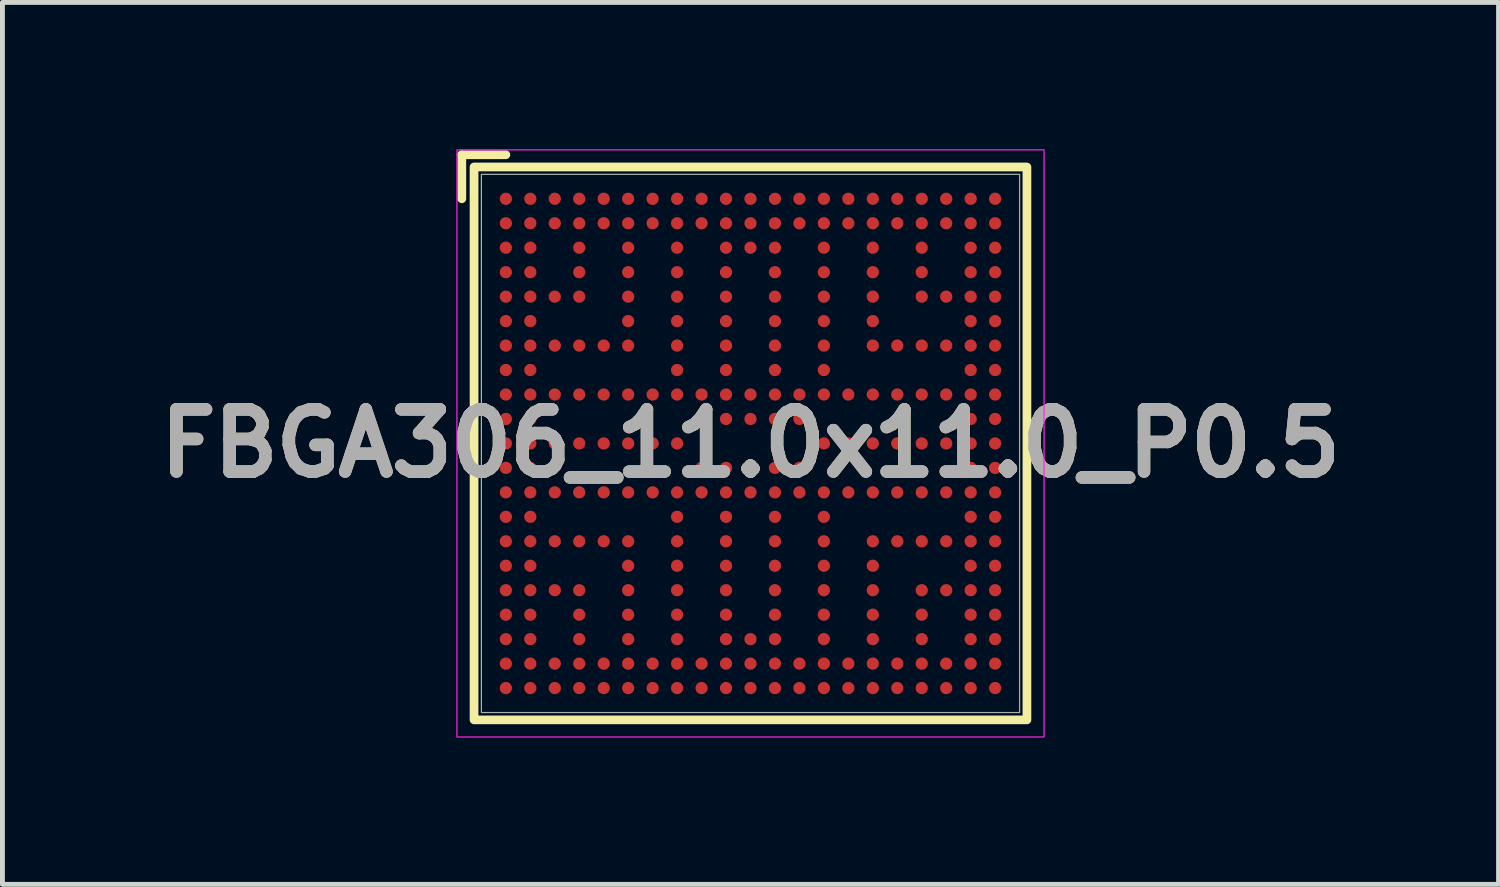
<source format=kicad_pcb>
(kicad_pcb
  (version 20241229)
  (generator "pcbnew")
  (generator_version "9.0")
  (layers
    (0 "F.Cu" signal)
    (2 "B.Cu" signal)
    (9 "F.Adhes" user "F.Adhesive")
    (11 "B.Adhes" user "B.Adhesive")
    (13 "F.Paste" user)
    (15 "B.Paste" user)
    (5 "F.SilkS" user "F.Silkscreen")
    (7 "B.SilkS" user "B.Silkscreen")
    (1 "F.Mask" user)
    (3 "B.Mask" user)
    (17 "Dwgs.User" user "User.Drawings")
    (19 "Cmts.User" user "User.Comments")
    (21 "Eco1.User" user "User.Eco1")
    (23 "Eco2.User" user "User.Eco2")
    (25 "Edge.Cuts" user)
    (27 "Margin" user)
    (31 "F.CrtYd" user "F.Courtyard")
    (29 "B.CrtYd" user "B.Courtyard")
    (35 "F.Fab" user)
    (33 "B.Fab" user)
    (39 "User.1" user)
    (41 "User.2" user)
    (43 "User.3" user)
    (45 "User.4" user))
  (footprint "FBGA306_11.0x11.0_P0.5"
    (layer "F.Cu")
    (at 12.289 6.013)
    (property "Reference" "FBGA306_11.0x11.0_P0.5" (at 0 0 0) (layer "F.SilkS") (effects (font (size 1.27 1.27) (thickness 0.254))))
    (attr smd)
    (fp_line (start -5.9 -5.9) (end -5 -5.9) (stroke (width 0.178) (type solid)) (layer "F.SilkS"))
    (fp_line (start -5.9 -5) (end -5.9 -5.9) (stroke (width 0.178) (type solid)) (layer "F.SilkS"))
    (fp_rect (start -5.65 -5.65) (end 5.65 5.65) (stroke (width 0.178) (type solid)) (fill no) (layer "F.SilkS"))
    (fp_rect (start -6 -6) (end 6 6) (stroke (width 0.025) (type solid)) (fill no) (layer "F.CrtYd"))
    (fp_rect (start -5.5 -5.5) (end 5.5 5.5) (stroke (width 0.025) (type solid)) (fill no) (layer "F.Fab"))
    (fp_text user "${REFERENCE}" (at 0 0 0) (layer "F.Fab") (effects (font (size 1.27 1.27) (thickness 0.254))))
    (pad "A1" smd circle (at -5 -5) (size 0.25 0.25) (layers "F.Cu" "F.Mask" "F.Paste"))
    (pad "A2" smd circle (at -4.5 -5) (size 0.25 0.25) (layers "F.Cu" "F.Mask" "F.Paste"))
    (pad "A3" smd circle (at -4 -5) (size 0.25 0.25) (layers "F.Cu" "F.Mask" "F.Paste"))
    (pad "A4" smd circle (at -3.5 -5) (size 0.25 0.25) (layers "F.Cu" "F.Mask" "F.Paste"))
    (pad "A5" smd circle (at -3 -5) (size 0.25 0.25) (layers "F.Cu" "F.Mask" "F.Paste"))
    (pad "A6" smd circle (at -2.5 -5) (size 0.25 0.25) (layers "F.Cu" "F.Mask" "F.Paste"))
    (pad "A7" smd circle (at -2 -5) (size 0.25 0.25) (layers "F.Cu" "F.Mask" "F.Paste"))
    (pad "A8" smd circle (at -1.5 -5) (size 0.25 0.25) (layers "F.Cu" "F.Mask" "F.Paste"))
    (pad "A9" smd circle (at -1 -5) (size 0.25 0.25) (layers "F.Cu" "F.Mask" "F.Paste"))
    (pad "A10" smd circle (at -0.5 -5) (size 0.25 0.25) (layers "F.Cu" "F.Mask" "F.Paste"))
    (pad "A11" smd circle (at 0 -5) (size 0.25 0.25) (layers "F.Cu" "F.Mask" "F.Paste"))
    (pad "A12" smd circle (at 0.5 -5) (size 0.25 0.25) (layers "F.Cu" "F.Mask" "F.Paste"))
    (pad "A13" smd circle (at 1 -5) (size 0.25 0.25) (layers "F.Cu" "F.Mask" "F.Paste"))
    (pad "A14" smd circle (at 1.5 -5) (size 0.25 0.25) (layers "F.Cu" "F.Mask" "F.Paste"))
    (pad "A15" smd circle (at 2 -5) (size 0.25 0.25) (layers "F.Cu" "F.Mask" "F.Paste"))
    (pad "A16" smd circle (at 2.5 -5) (size 0.25 0.25) (layers "F.Cu" "F.Mask" "F.Paste"))
    (pad "A17" smd circle (at 3 -5) (size 0.25 0.25) (layers "F.Cu" "F.Mask" "F.Paste"))
    (pad "A18" smd circle (at 3.5 -5) (size 0.25 0.25) (layers "F.Cu" "F.Mask" "F.Paste"))
    (pad "A19" smd circle (at 4 -5) (size 0.25 0.25) (layers "F.Cu" "F.Mask" "F.Paste"))
    (pad "A20" smd circle (at 4.5 -5) (size 0.25 0.25) (layers "F.Cu" "F.Mask" "F.Paste"))
    (pad "A21" smd circle (at 5 -5) (size 0.25 0.25) (layers "F.Cu" "F.Mask" "F.Paste"))
    (pad "AA1" smd circle (at -5 5) (size 0.25 0.25) (layers "F.Cu" "F.Mask" "F.Paste"))
    (pad "AA2" smd circle (at -4.5 5) (size 0.25 0.25) (layers "F.Cu" "F.Mask" "F.Paste"))
    (pad "AA3" smd circle (at -4 5) (size 0.25 0.25) (layers "F.Cu" "F.Mask" "F.Paste"))
    (pad "AA4" smd circle (at -3.5 5) (size 0.25 0.25) (layers "F.Cu" "F.Mask" "F.Paste"))
    (pad "AA5" smd circle (at -3 5) (size 0.25 0.25) (layers "F.Cu" "F.Mask" "F.Paste"))
    (pad "AA6" smd circle (at -2.5 5) (size 0.25 0.25) (layers "F.Cu" "F.Mask" "F.Paste"))
    (pad "AA7" smd circle (at -2 5) (size 0.25 0.25) (layers "F.Cu" "F.Mask" "F.Paste"))
    (pad "AA8" smd circle (at -1.5 5) (size 0.25 0.25) (layers "F.Cu" "F.Mask" "F.Paste"))
    (pad "AA9" smd circle (at -1 5) (size 0.25 0.25) (layers "F.Cu" "F.Mask" "F.Paste"))
    (pad "AA10" smd circle (at -0.5 5) (size 0.25 0.25) (layers "F.Cu" "F.Mask" "F.Paste"))
    (pad "AA11" smd circle (at 0 5) (size 0.25 0.25) (layers "F.Cu" "F.Mask" "F.Paste"))
    (pad "AA12" smd circle (at 0.5 5) (size 0.25 0.25) (layers "F.Cu" "F.Mask" "F.Paste"))
    (pad "AA13" smd circle (at 1 5) (size 0.25 0.25) (layers "F.Cu" "F.Mask" "F.Paste"))
    (pad "AA14" smd circle (at 1.5 5) (size 0.25 0.25) (layers "F.Cu" "F.Mask" "F.Paste"))
    (pad "AA15" smd circle (at 2 5) (size 0.25 0.25) (layers "F.Cu" "F.Mask" "F.Paste"))
    (pad "AA16" smd circle (at 2.5 5) (size 0.25 0.25) (layers "F.Cu" "F.Mask" "F.Paste"))
    (pad "AA17" smd circle (at 3 5) (size 0.25 0.25) (layers "F.Cu" "F.Mask" "F.Paste"))
    (pad "AA18" smd circle (at 3.5 5) (size 0.25 0.25) (layers "F.Cu" "F.Mask" "F.Paste"))
    (pad "AA19" smd circle (at 4 5) (size 0.25 0.25) (layers "F.Cu" "F.Mask" "F.Paste"))
    (pad "AA20" smd circle (at 4.5 5) (size 0.25 0.25) (layers "F.Cu" "F.Mask" "F.Paste"))
    (pad "AA21" smd circle (at 5 5) (size 0.25 0.25) (layers "F.Cu" "F.Mask" "F.Paste"))
    (pad "B1" smd circle (at -5 -4.5) (size 0.25 0.25) (layers "F.Cu" "F.Mask" "F.Paste"))
    (pad "B2" smd circle (at -4.5 -4.5) (size 0.25 0.25) (layers "F.Cu" "F.Mask" "F.Paste"))
    (pad "B3" smd circle (at -4 -4.5) (size 0.25 0.25) (layers "F.Cu" "F.Mask" "F.Paste"))
    (pad "B4" smd circle (at -3.5 -4.5) (size 0.25 0.25) (layers "F.Cu" "F.Mask" "F.Paste"))
    (pad "B5" smd circle (at -3 -4.5) (size 0.25 0.25) (layers "F.Cu" "F.Mask" "F.Paste"))
    (pad "B6" smd circle (at -2.5 -4.5) (size 0.25 0.25) (layers "F.Cu" "F.Mask" "F.Paste"))
    (pad "B7" smd circle (at -2 -4.5) (size 0.25 0.25) (layers "F.Cu" "F.Mask" "F.Paste"))
    (pad "B8" smd circle (at -1.5 -4.5) (size 0.25 0.25) (layers "F.Cu" "F.Mask" "F.Paste"))
    (pad "B9" smd circle (at -1 -4.5) (size 0.25 0.25) (layers "F.Cu" "F.Mask" "F.Paste"))
    (pad "B10" smd circle (at -0.5 -4.5) (size 0.25 0.25) (layers "F.Cu" "F.Mask" "F.Paste"))
    (pad "B11" smd circle (at 0 -4.5) (size 0.25 0.25) (layers "F.Cu" "F.Mask" "F.Paste"))
    (pad "B12" smd circle (at 0.5 -4.5) (size 0.25 0.25) (layers "F.Cu" "F.Mask" "F.Paste"))
    (pad "B13" smd circle (at 1 -4.5) (size 0.25 0.25) (layers "F.Cu" "F.Mask" "F.Paste"))
    (pad "B14" smd circle (at 1.5 -4.5) (size 0.25 0.25) (layers "F.Cu" "F.Mask" "F.Paste"))
    (pad "B15" smd circle (at 2 -4.5) (size 0.25 0.25) (layers "F.Cu" "F.Mask" "F.Paste"))
    (pad "B16" smd circle (at 2.5 -4.5) (size 0.25 0.25) (layers "F.Cu" "F.Mask" "F.Paste"))
    (pad "B17" smd circle (at 3 -4.5) (size 0.25 0.25) (layers "F.Cu" "F.Mask" "F.Paste"))
    (pad "B18" smd circle (at 3.5 -4.5) (size 0.25 0.25) (layers "F.Cu" "F.Mask" "F.Paste"))
    (pad "B19" smd circle (at 4 -4.5) (size 0.25 0.25) (layers "F.Cu" "F.Mask" "F.Paste"))
    (pad "B20" smd circle (at 4.5 -4.5) (size 0.25 0.25) (layers "F.Cu" "F.Mask" "F.Paste"))
    (pad "B21" smd circle (at 5 -4.5) (size 0.25 0.25) (layers "F.Cu" "F.Mask" "F.Paste"))
    (pad "C1" smd circle (at -5 -4) (size 0.25 0.25) (layers "F.Cu" "F.Mask" "F.Paste"))
    (pad "C2" smd circle (at -4.5 -4) (size 0.25 0.25) (layers "F.Cu" "F.Mask" "F.Paste"))
    (pad "C4" smd circle (at -3.5 -4) (size 0.25 0.25) (layers "F.Cu" "F.Mask" "F.Paste"))
    (pad "C6" smd circle (at -2.5 -4) (size 0.25 0.25) (layers "F.Cu" "F.Mask" "F.Paste"))
    (pad "C8" smd circle (at -1.5 -4) (size 0.25 0.25) (layers "F.Cu" "F.Mask" "F.Paste"))
    (pad "C10" smd circle (at -0.5 -4) (size 0.25 0.25) (layers "F.Cu" "F.Mask" "F.Paste"))
    (pad "C11" smd circle (at 0 -4) (size 0.25 0.25) (layers "F.Cu" "F.Mask" "F.Paste"))
    (pad "C12" smd circle (at 0.5 -4) (size 0.25 0.25) (layers "F.Cu" "F.Mask" "F.Paste"))
    (pad "C14" smd circle (at 1.5 -4) (size 0.25 0.25) (layers "F.Cu" "F.Mask" "F.Paste"))
    (pad "C16" smd circle (at 2.5 -4) (size 0.25 0.25) (layers "F.Cu" "F.Mask" "F.Paste"))
    (pad "C18" smd circle (at 3.5 -4) (size 0.25 0.25) (layers "F.Cu" "F.Mask" "F.Paste"))
    (pad "C20" smd circle (at 4.5 -4) (size 0.25 0.25) (layers "F.Cu" "F.Mask" "F.Paste"))
    (pad "C21" smd circle (at 5 -4) (size 0.25 0.25) (layers "F.Cu" "F.Mask" "F.Paste"))
    (pad "D1" smd circle (at -5 -3.5) (size 0.25 0.25) (layers "F.Cu" "F.Mask" "F.Paste"))
    (pad "D2" smd circle (at -4.5 -3.5) (size 0.25 0.25) (layers "F.Cu" "F.Mask" "F.Paste"))
    (pad "D4" smd circle (at -3.5 -3.5) (size 0.25 0.25) (layers "F.Cu" "F.Mask" "F.Paste"))
    (pad "D6" smd circle (at -2.5 -3.5) (size 0.25 0.25) (layers "F.Cu" "F.Mask" "F.Paste"))
    (pad "D8" smd circle (at -1.5 -3.5) (size 0.25 0.25) (layers "F.Cu" "F.Mask" "F.Paste"))
    (pad "D10" smd circle (at -0.5 -3.5) (size 0.25 0.25) (layers "F.Cu" "F.Mask" "F.Paste"))
    (pad "D12" smd circle (at 0.5 -3.5) (size 0.25 0.25) (layers "F.Cu" "F.Mask" "F.Paste"))
    (pad "D14" smd circle (at 1.5 -3.5) (size 0.25 0.25) (layers "F.Cu" "F.Mask" "F.Paste"))
    (pad "D16" smd circle (at 2.5 -3.5) (size 0.25 0.25) (layers "F.Cu" "F.Mask" "F.Paste"))
    (pad "D18" smd circle (at 3.5 -3.5) (size 0.25 0.25) (layers "F.Cu" "F.Mask" "F.Paste"))
    (pad "D20" smd circle (at 4.5 -3.5) (size 0.25 0.25) (layers "F.Cu" "F.Mask" "F.Paste"))
    (pad "D21" smd circle (at 5 -3.5) (size 0.25 0.25) (layers "F.Cu" "F.Mask" "F.Paste"))
    (pad "E1" smd circle (at -5 -3) (size 0.25 0.25) (layers "F.Cu" "F.Mask" "F.Paste"))
    (pad "E2" smd circle (at -4.5 -3) (size 0.25 0.25) (layers "F.Cu" "F.Mask" "F.Paste"))
    (pad "E3" smd circle (at -4 -3) (size 0.25 0.25) (layers "F.Cu" "F.Mask" "F.Paste"))
    (pad "E4" smd circle (at -3.5 -3) (size 0.25 0.25) (layers "F.Cu" "F.Mask" "F.Paste"))
    (pad "E6" smd circle (at -2.5 -3) (size 0.25 0.25) (layers "F.Cu" "F.Mask" "F.Paste"))
    (pad "E8" smd circle (at -1.5 -3) (size 0.25 0.25) (layers "F.Cu" "F.Mask" "F.Paste"))
    (pad "E10" smd circle (at -0.5 -3) (size 0.25 0.25) (layers "F.Cu" "F.Mask" "F.Paste"))
    (pad "E12" smd circle (at 0.5 -3) (size 0.25 0.25) (layers "F.Cu" "F.Mask" "F.Paste"))
    (pad "E14" smd circle (at 1.5 -3) (size 0.25 0.25) (layers "F.Cu" "F.Mask" "F.Paste"))
    (pad "E16" smd circle (at 2.5 -3) (size 0.25 0.25) (layers "F.Cu" "F.Mask" "F.Paste"))
    (pad "E18" smd circle (at 3.5 -3) (size 0.25 0.25) (layers "F.Cu" "F.Mask" "F.Paste"))
    (pad "E19" smd circle (at 4 -3) (size 0.25 0.25) (layers "F.Cu" "F.Mask" "F.Paste"))
    (pad "E20" smd circle (at 4.5 -3) (size 0.25 0.25) (layers "F.Cu" "F.Mask" "F.Paste"))
    (pad "E21" smd circle (at 5 -3) (size 0.25 0.25) (layers "F.Cu" "F.Mask" "F.Paste"))
    (pad "F1" smd circle (at -5 -2.5) (size 0.25 0.25) (layers "F.Cu" "F.Mask" "F.Paste"))
    (pad "F2" smd circle (at -4.5 -2.5) (size 0.25 0.25) (layers "F.Cu" "F.Mask" "F.Paste"))
    (pad "F6" smd circle (at -2.5 -2.5) (size 0.25 0.25) (layers "F.Cu" "F.Mask" "F.Paste"))
    (pad "F8" smd circle (at -1.5 -2.5) (size 0.25 0.25) (layers "F.Cu" "F.Mask" "F.Paste"))
    (pad "F10" smd circle (at -0.5 -2.5) (size 0.25 0.25) (layers "F.Cu" "F.Mask" "F.Paste"))
    (pad "F12" smd circle (at 0.5 -2.5) (size 0.25 0.25) (layers "F.Cu" "F.Mask" "F.Paste"))
    (pad "F14" smd circle (at 1.5 -2.5) (size 0.25 0.25) (layers "F.Cu" "F.Mask" "F.Paste"))
    (pad "F16" smd circle (at 2.5 -2.5) (size 0.25 0.25) (layers "F.Cu" "F.Mask" "F.Paste"))
    (pad "F20" smd circle (at 4.5 -2.5) (size 0.25 0.25) (layers "F.Cu" "F.Mask" "F.Paste"))
    (pad "F21" smd circle (at 5 -2.5) (size 0.25 0.25) (layers "F.Cu" "F.Mask" "F.Paste"))
    (pad "G1" smd circle (at -5 -2) (size 0.25 0.25) (layers "F.Cu" "F.Mask" "F.Paste"))
    (pad "G2" smd circle (at -4.5 -2) (size 0.25 0.25) (layers "F.Cu" "F.Mask" "F.Paste"))
    (pad "G3" smd circle (at -4 -2) (size 0.25 0.25) (layers "F.Cu" "F.Mask" "F.Paste"))
    (pad "G4" smd circle (at -3.5 -2) (size 0.25 0.25) (layers "F.Cu" "F.Mask" "F.Paste"))
    (pad "G5" smd circle (at -3 -2) (size 0.25 0.25) (layers "F.Cu" "F.Mask" "F.Paste"))
    (pad "G6" smd circle (at -2.5 -2) (size 0.25 0.25) (layers "F.Cu" "F.Mask" "F.Paste"))
    (pad "G8" smd circle (at -1.5 -2) (size 0.25 0.25) (layers "F.Cu" "F.Mask" "F.Paste"))
    (pad "G10" smd circle (at -0.5 -2) (size 0.25 0.25) (layers "F.Cu" "F.Mask" "F.Paste"))
    (pad "G12" smd circle (at 0.5 -2) (size 0.25 0.25) (layers "F.Cu" "F.Mask" "F.Paste"))
    (pad "G14" smd circle (at 1.5 -2) (size 0.25 0.25) (layers "F.Cu" "F.Mask" "F.Paste"))
    (pad "G16" smd circle (at 2.5 -2) (size 0.25 0.25) (layers "F.Cu" "F.Mask" "F.Paste"))
    (pad "G17" smd circle (at 3 -2) (size 0.25 0.25) (layers "F.Cu" "F.Mask" "F.Paste"))
    (pad "G18" smd circle (at 3.5 -2) (size 0.25 0.25) (layers "F.Cu" "F.Mask" "F.Paste"))
    (pad "G19" smd circle (at 4 -2) (size 0.25 0.25) (layers "F.Cu" "F.Mask" "F.Paste"))
    (pad "G20" smd circle (at 4.5 -2) (size 0.25 0.25) (layers "F.Cu" "F.Mask" "F.Paste"))
    (pad "G21" smd circle (at 5 -2) (size 0.25 0.25) (layers "F.Cu" "F.Mask" "F.Paste"))
    (pad "H1" smd circle (at -5 -1.5) (size 0.25 0.25) (layers "F.Cu" "F.Mask" "F.Paste"))
    (pad "H2" smd circle (at -4.5 -1.5) (size 0.25 0.25) (layers "F.Cu" "F.Mask" "F.Paste"))
    (pad "H8" smd circle (at -1.5 -1.5) (size 0.25 0.25) (layers "F.Cu" "F.Mask" "F.Paste"))
    (pad "H10" smd circle (at -0.5 -1.5) (size 0.25 0.25) (layers "F.Cu" "F.Mask" "F.Paste"))
    (pad "H12" smd circle (at 0.5 -1.5) (size 0.25 0.25) (layers "F.Cu" "F.Mask" "F.Paste"))
    (pad "H14" smd circle (at 1.5 -1.5) (size 0.25 0.25) (layers "F.Cu" "F.Mask" "F.Paste"))
    (pad "H20" smd circle (at 4.5 -1.5) (size 0.25 0.25) (layers "F.Cu" "F.Mask" "F.Paste"))
    (pad "H21" smd circle (at 5 -1.5) (size 0.25 0.25) (layers "F.Cu" "F.Mask" "F.Paste"))
    (pad "J1" smd circle (at -5 -1) (size 0.25 0.25) (layers "F.Cu" "F.Mask" "F.Paste"))
    (pad "J2" smd circle (at -4.5 -1) (size 0.25 0.25) (layers "F.Cu" "F.Mask" "F.Paste"))
    (pad "J3" smd circle (at -4 -1) (size 0.25 0.25) (layers "F.Cu" "F.Mask" "F.Paste"))
    (pad "J4" smd circle (at -3.5 -1) (size 0.25 0.25) (layers "F.Cu" "F.Mask" "F.Paste"))
    (pad "J5" smd circle (at -3 -1) (size 0.25 0.25) (layers "F.Cu" "F.Mask" "F.Paste"))
    (pad "J6" smd circle (at -2.5 -1) (size 0.25 0.25) (layers "F.Cu" "F.Mask" "F.Paste"))
    (pad "J7" smd circle (at -2 -1) (size 0.25 0.25) (layers "F.Cu" "F.Mask" "F.Paste"))
    (pad "J8" smd circle (at -1.5 -1) (size 0.25 0.25) (layers "F.Cu" "F.Mask" "F.Paste"))
    (pad "J9" smd circle (at -1 -1) (size 0.25 0.25) (layers "F.Cu" "F.Mask" "F.Paste"))
    (pad "J10" smd circle (at -0.5 -1) (size 0.25 0.25) (layers "F.Cu" "F.Mask" "F.Paste"))
    (pad "J11" smd circle (at 0 -1) (size 0.25 0.25) (layers "F.Cu" "F.Mask" "F.Paste"))
    (pad "J12" smd circle (at 0.5 -1) (size 0.25 0.25) (layers "F.Cu" "F.Mask" "F.Paste"))
    (pad "J13" smd circle (at 1 -1) (size 0.25 0.25) (layers "F.Cu" "F.Mask" "F.Paste"))
    (pad "J14" smd circle (at 1.5 -1) (size 0.25 0.25) (layers "F.Cu" "F.Mask" "F.Paste"))
    (pad "J15" smd circle (at 2 -1) (size 0.25 0.25) (layers "F.Cu" "F.Mask" "F.Paste"))
    (pad "J16" smd circle (at 2.5 -1) (size 0.25 0.25) (layers "F.Cu" "F.Mask" "F.Paste"))
    (pad "J17" smd circle (at 3 -1) (size 0.25 0.25) (layers "F.Cu" "F.Mask" "F.Paste"))
    (pad "J18" smd circle (at 3.5 -1) (size 0.25 0.25) (layers "F.Cu" "F.Mask" "F.Paste"))
    (pad "J19" smd circle (at 4 -1) (size 0.25 0.25) (layers "F.Cu" "F.Mask" "F.Paste"))
    (pad "J20" smd circle (at 4.5 -1) (size 0.25 0.25) (layers "F.Cu" "F.Mask" "F.Paste"))
    (pad "J21" smd circle (at 5 -1) (size 0.25 0.25) (layers "F.Cu" "F.Mask" "F.Paste"))
    (pad "K1" smd circle (at -5 -0.5) (size 0.25 0.25) (layers "F.Cu" "F.Mask" "F.Paste"))
    (pad "K2" smd circle (at -4.5 -0.5) (size 0.25 0.25) (layers "F.Cu" "F.Mask" "F.Paste"))
    (pad "K9" smd circle (at -1 -0.5) (size 0.25 0.25) (layers "F.Cu" "F.Mask" "F.Paste"))
    (pad "K10" smd circle (at -0.5 -0.5) (size 0.25 0.25) (layers "F.Cu" "F.Mask" "F.Paste"))
    (pad "K11" smd circle (at 0 -0.5) (size 0.25 0.25) (layers "F.Cu" "F.Mask" "F.Paste"))
    (pad "K12" smd circle (at 0.5 -0.5) (size 0.25 0.25) (layers "F.Cu" "F.Mask" "F.Paste"))
    (pad "K13" smd circle (at 1 -0.5) (size 0.25 0.25) (layers "F.Cu" "F.Mask" "F.Paste"))
    (pad "K20" smd circle (at 4.5 -0.5) (size 0.25 0.25) (layers "F.Cu" "F.Mask" "F.Paste"))
    (pad "K21" smd circle (at 5 -0.5) (size 0.25 0.25) (layers "F.Cu" "F.Mask" "F.Paste"))
    (pad "L1" smd circle (at -5 0) (size 0.25 0.25) (layers "F.Cu" "F.Mask" "F.Paste"))
    (pad "L2" smd circle (at -4.5 0) (size 0.25 0.25) (layers "F.Cu" "F.Mask" "F.Paste"))
    (pad "L3" smd circle (at -4 0) (size 0.25 0.25) (layers "F.Cu" "F.Mask" "F.Paste"))
    (pad "L4" smd circle (at -3.5 0) (size 0.25 0.25) (layers "F.Cu" "F.Mask" "F.Paste"))
    (pad "L5" smd circle (at -3 0) (size 0.25 0.25) (layers "F.Cu" "F.Mask" "F.Paste"))
    (pad "L6" smd circle (at -2.5 0) (size 0.25 0.25) (layers "F.Cu" "F.Mask" "F.Paste"))
    (pad "L7" smd circle (at -2 0) (size 0.25 0.25) (layers "F.Cu" "F.Mask" "F.Paste"))
    (pad "L8" smd circle (at -1.5 0) (size 0.25 0.25) (layers "F.Cu" "F.Mask" "F.Paste"))
    (pad "L14" smd circle (at 1.5 0) (size 0.25 0.25) (layers "F.Cu" "F.Mask" "F.Paste"))
    (pad "L15" smd circle (at 2 0) (size 0.25 0.25) (layers "F.Cu" "F.Mask" "F.Paste"))
    (pad "L16" smd circle (at 2.5 0) (size 0.25 0.25) (layers "F.Cu" "F.Mask" "F.Paste"))
    (pad "L17" smd circle (at 3 0) (size 0.25 0.25) (layers "F.Cu" "F.Mask" "F.Paste"))
    (pad "L18" smd circle (at 3.5 0) (size 0.25 0.25) (layers "F.Cu" "F.Mask" "F.Paste"))
    (pad "L19" smd circle (at 4 0) (size 0.25 0.25) (layers "F.Cu" "F.Mask" "F.Paste"))
    (pad "L20" smd circle (at 4.5 0) (size 0.25 0.25) (layers "F.Cu" "F.Mask" "F.Paste"))
    (pad "L21" smd circle (at 5 0) (size 0.25 0.25) (layers "F.Cu" "F.Mask" "F.Paste"))
    (pad "M1" smd circle (at -5 0.5) (size 0.25 0.25) (layers "F.Cu" "F.Mask" "F.Paste"))
    (pad "M2" smd circle (at -4.5 0.5) (size 0.25 0.25) (layers "F.Cu" "F.Mask" "F.Paste"))
    (pad "M9" smd circle (at -1 0.5) (size 0.25 0.25) (layers "F.Cu" "F.Mask" "F.Paste"))
    (pad "M10" smd circle (at -0.5 0.5) (size 0.25 0.25) (layers "F.Cu" "F.Mask" "F.Paste"))
    (pad "M11" smd circle (at 0 0.5) (size 0.25 0.25) (layers "F.Cu" "F.Mask" "F.Paste"))
    (pad "M12" smd circle (at 0.5 0.5) (size 0.25 0.25) (layers "F.Cu" "F.Mask" "F.Paste"))
    (pad "M13" smd circle (at 1 0.5) (size 0.25 0.25) (layers "F.Cu" "F.Mask" "F.Paste"))
    (pad "M20" smd circle (at 4.5 0.5) (size 0.25 0.25) (layers "F.Cu" "F.Mask" "F.Paste"))
    (pad "M21" smd circle (at 5 0.5) (size 0.25 0.25) (layers "F.Cu" "F.Mask" "F.Paste"))
    (pad "N1" smd circle (at -5 1) (size 0.25 0.25) (layers "F.Cu" "F.Mask" "F.Paste"))
    (pad "N2" smd circle (at -4.5 1) (size 0.25 0.25) (layers "F.Cu" "F.Mask" "F.Paste"))
    (pad "N3" smd circle (at -4 1) (size 0.25 0.25) (layers "F.Cu" "F.Mask" "F.Paste"))
    (pad "N4" smd circle (at -3.5 1) (size 0.25 0.25) (layers "F.Cu" "F.Mask" "F.Paste"))
    (pad "N5" smd circle (at -3 1) (size 0.25 0.25) (layers "F.Cu" "F.Mask" "F.Paste"))
    (pad "N6" smd circle (at -2.5 1) (size 0.25 0.25) (layers "F.Cu" "F.Mask" "F.Paste"))
    (pad "N7" smd circle (at -2 1) (size 0.25 0.25) (layers "F.Cu" "F.Mask" "F.Paste"))
    (pad "N8" smd circle (at -1.5 1) (size 0.25 0.25) (layers "F.Cu" "F.Mask" "F.Paste"))
    (pad "N9" smd circle (at -1 1) (size 0.25 0.25) (layers "F.Cu" "F.Mask" "F.Paste"))
    (pad "N10" smd circle (at -0.5 1) (size 0.25 0.25) (layers "F.Cu" "F.Mask" "F.Paste"))
    (pad "N11" smd circle (at 0 1) (size 0.25 0.25) (layers "F.Cu" "F.Mask" "F.Paste"))
    (pad "N12" smd circle (at 0.5 1) (size 0.25 0.25) (layers "F.Cu" "F.Mask" "F.Paste"))
    (pad "N13" smd circle (at 1 1) (size 0.25 0.25) (layers "F.Cu" "F.Mask" "F.Paste"))
    (pad "N14" smd circle (at 1.5 1) (size 0.25 0.25) (layers "F.Cu" "F.Mask" "F.Paste"))
    (pad "N15" smd circle (at 2 1) (size 0.25 0.25) (layers "F.Cu" "F.Mask" "F.Paste"))
    (pad "N16" smd circle (at 2.5 1) (size 0.25 0.25) (layers "F.Cu" "F.Mask" "F.Paste"))
    (pad "N17" smd circle (at 3 1) (size 0.25 0.25) (layers "F.Cu" "F.Mask" "F.Paste"))
    (pad "N18" smd circle (at 3.5 1) (size 0.25 0.25) (layers "F.Cu" "F.Mask" "F.Paste"))
    (pad "N19" smd circle (at 4 1) (size 0.25 0.25) (layers "F.Cu" "F.Mask" "F.Paste"))
    (pad "N20" smd circle (at 4.5 1) (size 0.25 0.25) (layers "F.Cu" "F.Mask" "F.Paste"))
    (pad "N21" smd circle (at 5 1) (size 0.25 0.25) (layers "F.Cu" "F.Mask" "F.Paste"))
    (pad "P1" smd circle (at -5 1.5) (size 0.25 0.25) (layers "F.Cu" "F.Mask" "F.Paste"))
    (pad "P2" smd circle (at -4.5 1.5) (size 0.25 0.25) (layers "F.Cu" "F.Mask" "F.Paste"))
    (pad "P8" smd circle (at -1.5 1.5) (size 0.25 0.25) (layers "F.Cu" "F.Mask" "F.Paste"))
    (pad "P10" smd circle (at -0.5 1.5) (size 0.25 0.25) (layers "F.Cu" "F.Mask" "F.Paste"))
    (pad "P12" smd circle (at 0.5 1.5) (size 0.25 0.25) (layers "F.Cu" "F.Mask" "F.Paste"))
    (pad "P14" smd circle (at 1.5 1.5) (size 0.25 0.25) (layers "F.Cu" "F.Mask" "F.Paste"))
    (pad "P20" smd circle (at 4.5 1.5) (size 0.25 0.25) (layers "F.Cu" "F.Mask" "F.Paste"))
    (pad "P21" smd circle (at 5 1.5) (size 0.25 0.25) (layers "F.Cu" "F.Mask" "F.Paste"))
    (pad "R1" smd circle (at -5 2) (size 0.25 0.25) (layers "F.Cu" "F.Mask" "F.Paste"))
    (pad "R2" smd circle (at -4.5 2) (size 0.25 0.25) (layers "F.Cu" "F.Mask" "F.Paste"))
    (pad "R3" smd circle (at -4 2) (size 0.25 0.25) (layers "F.Cu" "F.Mask" "F.Paste"))
    (pad "R4" smd circle (at -3.5 2) (size 0.25 0.25) (layers "F.Cu" "F.Mask" "F.Paste"))
    (pad "R5" smd circle (at -3 2) (size 0.25 0.25) (layers "F.Cu" "F.Mask" "F.Paste"))
    (pad "R6" smd circle (at -2.5 2) (size 0.25 0.25) (layers "F.Cu" "F.Mask" "F.Paste"))
    (pad "R8" smd circle (at -1.5 2) (size 0.25 0.25) (layers "F.Cu" "F.Mask" "F.Paste"))
    (pad "R10" smd circle (at -0.5 2) (size 0.25 0.25) (layers "F.Cu" "F.Mask" "F.Paste"))
    (pad "R12" smd circle (at 0.5 2) (size 0.25 0.25) (layers "F.Cu" "F.Mask" "F.Paste"))
    (pad "R14" smd circle (at 1.5 2) (size 0.25 0.25) (layers "F.Cu" "F.Mask" "F.Paste"))
    (pad "R16" smd circle (at 2.5 2) (size 0.25 0.25) (layers "F.Cu" "F.Mask" "F.Paste"))
    (pad "R17" smd circle (at 3 2) (size 0.25 0.25) (layers "F.Cu" "F.Mask" "F.Paste"))
    (pad "R18" smd circle (at 3.5 2) (size 0.25 0.25) (layers "F.Cu" "F.Mask" "F.Paste"))
    (pad "R19" smd circle (at 4 2) (size 0.25 0.25) (layers "F.Cu" "F.Mask" "F.Paste"))
    (pad "R20" smd circle (at 4.5 2) (size 0.25 0.25) (layers "F.Cu" "F.Mask" "F.Paste"))
    (pad "R21" smd circle (at 5 2) (size 0.25 0.25) (layers "F.Cu" "F.Mask" "F.Paste"))
    (pad "T1" smd circle (at -5 2.5) (size 0.25 0.25) (layers "F.Cu" "F.Mask" "F.Paste"))
    (pad "T2" smd circle (at -4.5 2.5) (size 0.25 0.25) (layers "F.Cu" "F.Mask" "F.Paste"))
    (pad "T6" smd circle (at -2.5 2.5) (size 0.25 0.25) (layers "F.Cu" "F.Mask" "F.Paste"))
    (pad "T8" smd circle (at -1.5 2.5) (size 0.25 0.25) (layers "F.Cu" "F.Mask" "F.Paste"))
    (pad "T10" smd circle (at -0.5 2.5) (size 0.25 0.25) (layers "F.Cu" "F.Mask" "F.Paste"))
    (pad "T12" smd circle (at 0.5 2.5) (size 0.25 0.25) (layers "F.Cu" "F.Mask" "F.Paste"))
    (pad "T14" smd circle (at 1.5 2.5) (size 0.25 0.25) (layers "F.Cu" "F.Mask" "F.Paste"))
    (pad "T16" smd circle (at 2.5 2.5) (size 0.25 0.25) (layers "F.Cu" "F.Mask" "F.Paste"))
    (pad "T20" smd circle (at 4.5 2.5) (size 0.25 0.25) (layers "F.Cu" "F.Mask" "F.Paste"))
    (pad "T21" smd circle (at 5 2.5) (size 0.25 0.25) (layers "F.Cu" "F.Mask" "F.Paste"))
    (pad "U1" smd circle (at -5 3) (size 0.25 0.25) (layers "F.Cu" "F.Mask" "F.Paste"))
    (pad "U2" smd circle (at -4.5 3) (size 0.25 0.25) (layers "F.Cu" "F.Mask" "F.Paste"))
    (pad "U3" smd circle (at -4 3) (size 0.25 0.25) (layers "F.Cu" "F.Mask" "F.Paste"))
    (pad "U4" smd circle (at -3.5 3) (size 0.25 0.25) (layers "F.Cu" "F.Mask" "F.Paste"))
    (pad "U6" smd circle (at -2.5 3) (size 0.25 0.25) (layers "F.Cu" "F.Mask" "F.Paste"))
    (pad "U8" smd circle (at -1.5 3) (size 0.25 0.25) (layers "F.Cu" "F.Mask" "F.Paste"))
    (pad "U10" smd circle (at -0.5 3) (size 0.25 0.25) (layers "F.Cu" "F.Mask" "F.Paste"))
    (pad "U12" smd circle (at 0.5 3) (size 0.25 0.25) (layers "F.Cu" "F.Mask" "F.Paste"))
    (pad "U14" smd circle (at 1.5 3) (size 0.25 0.25) (layers "F.Cu" "F.Mask" "F.Paste"))
    (pad "U16" smd circle (at 2.5 3) (size 0.25 0.25) (layers "F.Cu" "F.Mask" "F.Paste"))
    (pad "U18" smd circle (at 3.5 3) (size 0.25 0.25) (layers "F.Cu" "F.Mask" "F.Paste"))
    (pad "U19" smd circle (at 4 3) (size 0.25 0.25) (layers "F.Cu" "F.Mask" "F.Paste"))
    (pad "U20" smd circle (at 4.5 3) (size 0.25 0.25) (layers "F.Cu" "F.Mask" "F.Paste"))
    (pad "U21" smd circle (at 5 3) (size 0.25 0.25) (layers "F.Cu" "F.Mask" "F.Paste"))
    (pad "V1" smd circle (at -5 3.5) (size 0.25 0.25) (layers "F.Cu" "F.Mask" "F.Paste"))
    (pad "V2" smd circle (at -4.5 3.5) (size 0.25 0.25) (layers "F.Cu" "F.Mask" "F.Paste"))
    (pad "V4" smd circle (at -3.5 3.5) (size 0.25 0.25) (layers "F.Cu" "F.Mask" "F.Paste"))
    (pad "V6" smd circle (at -2.5 3.5) (size 0.25 0.25) (layers "F.Cu" "F.Mask" "F.Paste"))
    (pad "V8" smd circle (at -1.5 3.5) (size 0.25 0.25) (layers "F.Cu" "F.Mask" "F.Paste"))
    (pad "V10" smd circle (at -0.5 3.5) (size 0.25 0.25) (layers "F.Cu" "F.Mask" "F.Paste"))
    (pad "V12" smd circle (at 0.5 3.5) (size 0.25 0.25) (layers "F.Cu" "F.Mask" "F.Paste"))
    (pad "V14" smd circle (at 1.5 3.5) (size 0.25 0.25) (layers "F.Cu" "F.Mask" "F.Paste"))
    (pad "V16" smd circle (at 2.5 3.5) (size 0.25 0.25) (layers "F.Cu" "F.Mask" "F.Paste"))
    (pad "V18" smd circle (at 3.5 3.5) (size 0.25 0.25) (layers "F.Cu" "F.Mask" "F.Paste"))
    (pad "V20" smd circle (at 4.5 3.5) (size 0.25 0.25) (layers "F.Cu" "F.Mask" "F.Paste"))
    (pad "V21" smd circle (at 5 3.5) (size 0.25 0.25) (layers "F.Cu" "F.Mask" "F.Paste"))
    (pad "W1" smd circle (at -5 4) (size 0.25 0.25) (layers "F.Cu" "F.Mask" "F.Paste"))
    (pad "W2" smd circle (at -4.5 4) (size 0.25 0.25) (layers "F.Cu" "F.Mask" "F.Paste"))
    (pad "W4" smd circle (at -3.5 4) (size 0.25 0.25) (layers "F.Cu" "F.Mask" "F.Paste"))
    (pad "W6" smd circle (at -2.5 4) (size 0.25 0.25) (layers "F.Cu" "F.Mask" "F.Paste"))
    (pad "W8" smd circle (at -1.5 4) (size 0.25 0.25) (layers "F.Cu" "F.Mask" "F.Paste"))
    (pad "W10" smd circle (at -0.5 4) (size 0.25 0.25) (layers "F.Cu" "F.Mask" "F.Paste"))
    (pad "W11" smd circle (at 0 4) (size 0.25 0.25) (layers "F.Cu" "F.Mask" "F.Paste"))
    (pad "W12" smd circle (at 0.5 4) (size 0.25 0.25) (layers "F.Cu" "F.Mask" "F.Paste"))
    (pad "W14" smd circle (at 1.5 4) (size 0.25 0.25) (layers "F.Cu" "F.Mask" "F.Paste"))
    (pad "W16" smd circle (at 2.5 4) (size 0.25 0.25) (layers "F.Cu" "F.Mask" "F.Paste"))
    (pad "W18" smd circle (at 3.5 4) (size 0.25 0.25) (layers "F.Cu" "F.Mask" "F.Paste"))
    (pad "W20" smd circle (at 4.5 4) (size 0.25 0.25) (layers "F.Cu" "F.Mask" "F.Paste"))
    (pad "W21" smd circle (at 5 4) (size 0.25 0.25) (layers "F.Cu" "F.Mask" "F.Paste"))
    (pad "Y1" smd circle (at -5 4.5) (size 0.25 0.25) (layers "F.Cu" "F.Mask" "F.Paste"))
    (pad "Y2" smd circle (at -4.5 4.5) (size 0.25 0.25) (layers "F.Cu" "F.Mask" "F.Paste"))
    (pad "Y3" smd circle (at -4 4.5) (size 0.25 0.25) (layers "F.Cu" "F.Mask" "F.Paste"))
    (pad "Y4" smd circle (at -3.5 4.5) (size 0.25 0.25) (layers "F.Cu" "F.Mask" "F.Paste"))
    (pad "Y5" smd circle (at -3 4.5) (size 0.25 0.25) (layers "F.Cu" "F.Mask" "F.Paste"))
    (pad "Y6" smd circle (at -2.5 4.5) (size 0.25 0.25) (layers "F.Cu" "F.Mask" "F.Paste"))
    (pad "Y7" smd circle (at -2 4.5) (size 0.25 0.25) (layers "F.Cu" "F.Mask" "F.Paste"))
    (pad "Y8" smd circle (at -1.5 4.5) (size 0.25 0.25) (layers "F.Cu" "F.Mask" "F.Paste"))
    (pad "Y9" smd circle (at -1 4.5) (size 0.25 0.25) (layers "F.Cu" "F.Mask" "F.Paste"))
    (pad "Y10" smd circle (at -0.5 4.5) (size 0.25 0.25) (layers "F.Cu" "F.Mask" "F.Paste"))
    (pad "Y11" smd circle (at 0 4.5) (size 0.25 0.25) (layers "F.Cu" "F.Mask" "F.Paste"))
    (pad "Y12" smd circle (at 0.5 4.5) (size 0.25 0.25) (layers "F.Cu" "F.Mask" "F.Paste"))
    (pad "Y13" smd circle (at 1 4.5) (size 0.25 0.25) (layers "F.Cu" "F.Mask" "F.Paste"))
    (pad "Y14" smd circle (at 1.5 4.5) (size 0.25 0.25) (layers "F.Cu" "F.Mask" "F.Paste"))
    (pad "Y15" smd circle (at 2 4.5) (size 0.25 0.25) (layers "F.Cu" "F.Mask" "F.Paste"))
    (pad "Y16" smd circle (at 2.5 4.5) (size 0.25 0.25) (layers "F.Cu" "F.Mask" "F.Paste"))
    (pad "Y17" smd circle (at 3 4.5) (size 0.25 0.25) (layers "F.Cu" "F.Mask" "F.Paste"))
    (pad "Y18" smd circle (at 3.5 4.5) (size 0.25 0.25) (layers "F.Cu" "F.Mask" "F.Paste"))
    (pad "Y19" smd circle (at 4 4.5) (size 0.25 0.25) (layers "F.Cu" "F.Mask" "F.Paste"))
    (pad "Y20" smd circle (at 4.5 4.5) (size 0.25 0.25) (layers "F.Cu" "F.Mask" "F.Paste"))
    (pad "Y21" smd circle (at 5 4.5) (size 0.25 0.25) (layers "F.Cu" "F.Mask" "F.Paste")))
  (gr_rect
    (start -3 -3)
    (end 27.578 15.025)
    (stroke (width 0.1) (type default))
    (fill no)
    (layer "Edge.Cuts")))
</source>
